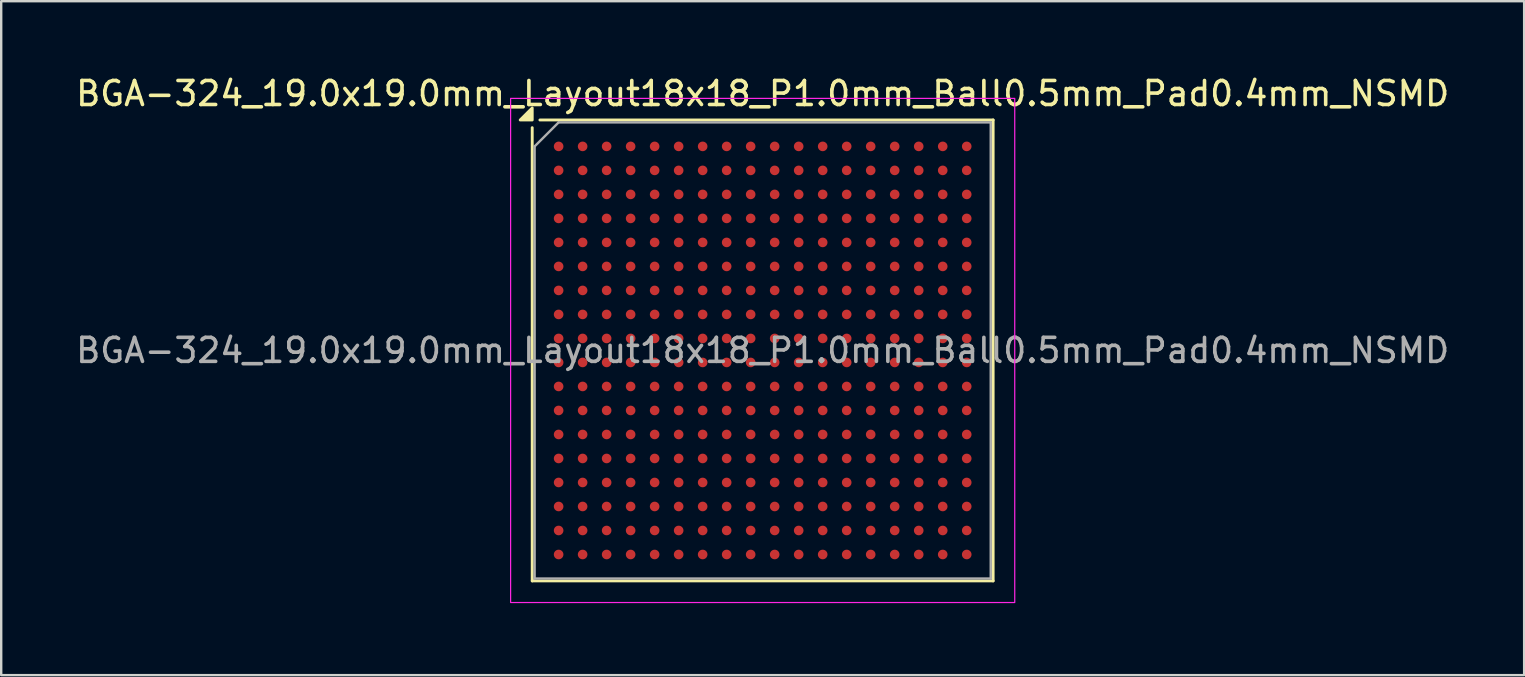
<source format=kicad_pcb>
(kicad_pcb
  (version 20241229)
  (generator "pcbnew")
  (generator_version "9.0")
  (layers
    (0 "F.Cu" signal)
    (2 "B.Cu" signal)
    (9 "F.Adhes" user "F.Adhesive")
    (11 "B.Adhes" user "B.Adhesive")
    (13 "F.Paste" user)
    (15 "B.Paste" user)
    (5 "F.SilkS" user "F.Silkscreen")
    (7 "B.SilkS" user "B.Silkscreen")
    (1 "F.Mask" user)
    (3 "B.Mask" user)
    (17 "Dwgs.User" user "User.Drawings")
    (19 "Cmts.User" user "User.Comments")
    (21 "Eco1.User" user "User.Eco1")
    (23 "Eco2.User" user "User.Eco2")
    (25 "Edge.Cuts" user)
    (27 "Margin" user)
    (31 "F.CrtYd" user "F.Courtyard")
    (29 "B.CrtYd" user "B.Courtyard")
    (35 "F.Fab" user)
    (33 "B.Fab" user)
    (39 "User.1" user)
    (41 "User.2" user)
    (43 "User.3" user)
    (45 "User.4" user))
  (footprint "BGA-324_19.0x19.0mm_Layout18x18_P1.0mm_Ball0.5mm_Pad0.4mm_NSMD"
    (layer "F.Cu")
    (at 28.72 11.548)
    (property "Reference" "BGA-324_19.0x19.0mm_Layout18x18_P1.0mm_Ball0.5mm_Pad0.4mm_NSMD" (at 0 -10.7 0) (layer "F.SilkS") (effects (font (size 1 1) (thickness 0.15))))
    (attr smd)
    (fp_line (start -9.6 -9.28) (end -9.6 9.6) (stroke (width 0.12) (type solid)) (layer "F.SilkS"))
    (fp_line (start -9.6 9.6) (end 9.6 9.6) (stroke (width 0.12) (type solid)) (layer "F.SilkS"))
    (fp_line (start -9.28 -9.6) (end 9.6 -9.6) (stroke (width 0.12) (type solid)) (layer "F.SilkS"))
    (fp_line (start 9.6 9.6) (end 9.6 -9.6) (stroke (width 0.12) (type solid)) (layer "F.SilkS"))
    (fp_poly (pts (xy -9.6 -9.6) (xy -10.1 -9.6) (xy -9.6 -10.1) (xy -9.6 -9.6)) (stroke (width 0.12) (type solid)) (fill yes) (layer "F.SilkS"))
    (fp_rect (start 10.5 10.5) (end -10.5 -10.5) (stroke (width 0.05) (type solid)) (fill no) (layer "F.CrtYd"))
    (fp_line (start -9.5 -8.5) (end -9.5 9.5) (stroke (width 0.1) (type solid)) (layer "F.Fab"))
    (fp_line (start -9.5 9.5) (end 9.5 9.5) (stroke (width 0.1) (type solid)) (layer "F.Fab"))
    (fp_line (start -8.5 -9.5) (end -9.5 -8.5) (stroke (width 0.1) (type solid)) (layer "F.Fab"))
    (fp_line (start 9.5 -9.5) (end -8.5 -9.5) (stroke (width 0.1) (type solid)) (layer "F.Fab"))
    (fp_line (start 9.5 9.5) (end 9.5 -9.5) (stroke (width 0.1) (type solid)) (layer "F.Fab"))
    (fp_text user "${REFERENCE}" (at 0 0 0) (layer "F.Fab") (effects (font (size 1 1) (thickness 0.15))))
    (pad "A1" smd circle (at -8.5 -8.5) (size 0.4 0.4) (property pad_prop_bga) (layers "F.Cu" "F.Mask" "F.Paste"))
    (pad "A2" smd circle (at -7.5 -8.5) (size 0.4 0.4) (property pad_prop_bga) (layers "F.Cu" "F.Mask" "F.Paste"))
    (pad "A3" smd circle (at -6.5 -8.5) (size 0.4 0.4) (property pad_prop_bga) (layers "F.Cu" "F.Mask" "F.Paste"))
    (pad "A4" smd circle (at -5.5 -8.5) (size 0.4 0.4) (property pad_prop_bga) (layers "F.Cu" "F.Mask" "F.Paste"))
    (pad "A5" smd circle (at -4.5 -8.5) (size 0.4 0.4) (property pad_prop_bga) (layers "F.Cu" "F.Mask" "F.Paste"))
    (pad "A6" smd circle (at -3.5 -8.5) (size 0.4 0.4) (property pad_prop_bga) (layers "F.Cu" "F.Mask" "F.Paste"))
    (pad "A7" smd circle (at -2.5 -8.5) (size 0.4 0.4) (property pad_prop_bga) (layers "F.Cu" "F.Mask" "F.Paste"))
    (pad "A8" smd circle (at -1.5 -8.5) (size 0.4 0.4) (property pad_prop_bga) (layers "F.Cu" "F.Mask" "F.Paste"))
    (pad "A9" smd circle (at -0.5 -8.5) (size 0.4 0.4) (property pad_prop_bga) (layers "F.Cu" "F.Mask" "F.Paste"))
    (pad "A10" smd circle (at 0.5 -8.5) (size 0.4 0.4) (property pad_prop_bga) (layers "F.Cu" "F.Mask" "F.Paste"))
    (pad "A11" smd circle (at 1.5 -8.5) (size 0.4 0.4) (property pad_prop_bga) (layers "F.Cu" "F.Mask" "F.Paste"))
    (pad "A12" smd circle (at 2.5 -8.5) (size 0.4 0.4) (property pad_prop_bga) (layers "F.Cu" "F.Mask" "F.Paste"))
    (pad "A13" smd circle (at 3.5 -8.5) (size 0.4 0.4) (property pad_prop_bga) (layers "F.Cu" "F.Mask" "F.Paste"))
    (pad "A14" smd circle (at 4.5 -8.5) (size 0.4 0.4) (property pad_prop_bga) (layers "F.Cu" "F.Mask" "F.Paste"))
    (pad "A15" smd circle (at 5.5 -8.5) (size 0.4 0.4) (property pad_prop_bga) (layers "F.Cu" "F.Mask" "F.Paste"))
    (pad "A16" smd circle (at 6.5 -8.5) (size 0.4 0.4) (property pad_prop_bga) (layers "F.Cu" "F.Mask" "F.Paste"))
    (pad "A17" smd circle (at 7.5 -8.5) (size 0.4 0.4) (property pad_prop_bga) (layers "F.Cu" "F.Mask" "F.Paste"))
    (pad "A18" smd circle (at 8.5 -8.5) (size 0.4 0.4) (property pad_prop_bga) (layers "F.Cu" "F.Mask" "F.Paste"))
    (pad "B1" smd circle (at -8.5 -7.5) (size 0.4 0.4) (property pad_prop_bga) (layers "F.Cu" "F.Mask" "F.Paste"))
    (pad "B2" smd circle (at -7.5 -7.5) (size 0.4 0.4) (property pad_prop_bga) (layers "F.Cu" "F.Mask" "F.Paste"))
    (pad "B3" smd circle (at -6.5 -7.5) (size 0.4 0.4) (property pad_prop_bga) (layers "F.Cu" "F.Mask" "F.Paste"))
    (pad "B4" smd circle (at -5.5 -7.5) (size 0.4 0.4) (property pad_prop_bga) (layers "F.Cu" "F.Mask" "F.Paste"))
    (pad "B5" smd circle (at -4.5 -7.5) (size 0.4 0.4) (property pad_prop_bga) (layers "F.Cu" "F.Mask" "F.Paste"))
    (pad "B6" smd circle (at -3.5 -7.5) (size 0.4 0.4) (property pad_prop_bga) (layers "F.Cu" "F.Mask" "F.Paste"))
    (pad "B7" smd circle (at -2.5 -7.5) (size 0.4 0.4) (property pad_prop_bga) (layers "F.Cu" "F.Mask" "F.Paste"))
    (pad "B8" smd circle (at -1.5 -7.5) (size 0.4 0.4) (property pad_prop_bga) (layers "F.Cu" "F.Mask" "F.Paste"))
    (pad "B9" smd circle (at -0.5 -7.5) (size 0.4 0.4) (property pad_prop_bga) (layers "F.Cu" "F.Mask" "F.Paste"))
    (pad "B10" smd circle (at 0.5 -7.5) (size 0.4 0.4) (property pad_prop_bga) (layers "F.Cu" "F.Mask" "F.Paste"))
    (pad "B11" smd circle (at 1.5 -7.5) (size 0.4 0.4) (property pad_prop_bga) (layers "F.Cu" "F.Mask" "F.Paste"))
    (pad "B12" smd circle (at 2.5 -7.5) (size 0.4 0.4) (property pad_prop_bga) (layers "F.Cu" "F.Mask" "F.Paste"))
    (pad "B13" smd circle (at 3.5 -7.5) (size 0.4 0.4) (property pad_prop_bga) (layers "F.Cu" "F.Mask" "F.Paste"))
    (pad "B14" smd circle (at 4.5 -7.5) (size 0.4 0.4) (property pad_prop_bga) (layers "F.Cu" "F.Mask" "F.Paste"))
    (pad "B15" smd circle (at 5.5 -7.5) (size 0.4 0.4) (property pad_prop_bga) (layers "F.Cu" "F.Mask" "F.Paste"))
    (pad "B16" smd circle (at 6.5 -7.5) (size 0.4 0.4) (property pad_prop_bga) (layers "F.Cu" "F.Mask" "F.Paste"))
    (pad "B17" smd circle (at 7.5 -7.5) (size 0.4 0.4) (property pad_prop_bga) (layers "F.Cu" "F.Mask" "F.Paste"))
    (pad "B18" smd circle (at 8.5 -7.5) (size 0.4 0.4) (property pad_prop_bga) (layers "F.Cu" "F.Mask" "F.Paste"))
    (pad "C1" smd circle (at -8.5 -6.5) (size 0.4 0.4) (property pad_prop_bga) (layers "F.Cu" "F.Mask" "F.Paste"))
    (pad "C2" smd circle (at -7.5 -6.5) (size 0.4 0.4) (property pad_prop_bga) (layers "F.Cu" "F.Mask" "F.Paste"))
    (pad "C3" smd circle (at -6.5 -6.5) (size 0.4 0.4) (property pad_prop_bga) (layers "F.Cu" "F.Mask" "F.Paste"))
    (pad "C4" smd circle (at -5.5 -6.5) (size 0.4 0.4) (property pad_prop_bga) (layers "F.Cu" "F.Mask" "F.Paste"))
    (pad "C5" smd circle (at -4.5 -6.5) (size 0.4 0.4) (property pad_prop_bga) (layers "F.Cu" "F.Mask" "F.Paste"))
    (pad "C6" smd circle (at -3.5 -6.5) (size 0.4 0.4) (property pad_prop_bga) (layers "F.Cu" "F.Mask" "F.Paste"))
    (pad "C7" smd circle (at -2.5 -6.5) (size 0.4 0.4) (property pad_prop_bga) (layers "F.Cu" "F.Mask" "F.Paste"))
    (pad "C8" smd circle (at -1.5 -6.5) (size 0.4 0.4) (property pad_prop_bga) (layers "F.Cu" "F.Mask" "F.Paste"))
    (pad "C9" smd circle (at -0.5 -6.5) (size 0.4 0.4) (property pad_prop_bga) (layers "F.Cu" "F.Mask" "F.Paste"))
    (pad "C10" smd circle (at 0.5 -6.5) (size 0.4 0.4) (property pad_prop_bga) (layers "F.Cu" "F.Mask" "F.Paste"))
    (pad "C11" smd circle (at 1.5 -6.5) (size 0.4 0.4) (property pad_prop_bga) (layers "F.Cu" "F.Mask" "F.Paste"))
    (pad "C12" smd circle (at 2.5 -6.5) (size 0.4 0.4) (property pad_prop_bga) (layers "F.Cu" "F.Mask" "F.Paste"))
    (pad "C13" smd circle (at 3.5 -6.5) (size 0.4 0.4) (property pad_prop_bga) (layers "F.Cu" "F.Mask" "F.Paste"))
    (pad "C14" smd circle (at 4.5 -6.5) (size 0.4 0.4) (property pad_prop_bga) (layers "F.Cu" "F.Mask" "F.Paste"))
    (pad "C15" smd circle (at 5.5 -6.5) (size 0.4 0.4) (property pad_prop_bga) (layers "F.Cu" "F.Mask" "F.Paste"))
    (pad "C16" smd circle (at 6.5 -6.5) (size 0.4 0.4) (property pad_prop_bga) (layers "F.Cu" "F.Mask" "F.Paste"))
    (pad "C17" smd circle (at 7.5 -6.5) (size 0.4 0.4) (property pad_prop_bga) (layers "F.Cu" "F.Mask" "F.Paste"))
    (pad "C18" smd circle (at 8.5 -6.5) (size 0.4 0.4) (property pad_prop_bga) (layers "F.Cu" "F.Mask" "F.Paste"))
    (pad "D1" smd circle (at -8.5 -5.5) (size 0.4 0.4) (property pad_prop_bga) (layers "F.Cu" "F.Mask" "F.Paste"))
    (pad "D2" smd circle (at -7.5 -5.5) (size 0.4 0.4) (property pad_prop_bga) (layers "F.Cu" "F.Mask" "F.Paste"))
    (pad "D3" smd circle (at -6.5 -5.5) (size 0.4 0.4) (property pad_prop_bga) (layers "F.Cu" "F.Mask" "F.Paste"))
    (pad "D4" smd circle (at -5.5 -5.5) (size 0.4 0.4) (property pad_prop_bga) (layers "F.Cu" "F.Mask" "F.Paste"))
    (pad "D5" smd circle (at -4.5 -5.5) (size 0.4 0.4) (property pad_prop_bga) (layers "F.Cu" "F.Mask" "F.Paste"))
    (pad "D6" smd circle (at -3.5 -5.5) (size 0.4 0.4) (property pad_prop_bga) (layers "F.Cu" "F.Mask" "F.Paste"))
    (pad "D7" smd circle (at -2.5 -5.5) (size 0.4 0.4) (property pad_prop_bga) (layers "F.Cu" "F.Mask" "F.Paste"))
    (pad "D8" smd circle (at -1.5 -5.5) (size 0.4 0.4) (property pad_prop_bga) (layers "F.Cu" "F.Mask" "F.Paste"))
    (pad "D9" smd circle (at -0.5 -5.5) (size 0.4 0.4) (property pad_prop_bga) (layers "F.Cu" "F.Mask" "F.Paste"))
    (pad "D10" smd circle (at 0.5 -5.5) (size 0.4 0.4) (property pad_prop_bga) (layers "F.Cu" "F.Mask" "F.Paste"))
    (pad "D11" smd circle (at 1.5 -5.5) (size 0.4 0.4) (property pad_prop_bga) (layers "F.Cu" "F.Mask" "F.Paste"))
    (pad "D12" smd circle (at 2.5 -5.5) (size 0.4 0.4) (property pad_prop_bga) (layers "F.Cu" "F.Mask" "F.Paste"))
    (pad "D13" smd circle (at 3.5 -5.5) (size 0.4 0.4) (property pad_prop_bga) (layers "F.Cu" "F.Mask" "F.Paste"))
    (pad "D14" smd circle (at 4.5 -5.5) (size 0.4 0.4) (property pad_prop_bga) (layers "F.Cu" "F.Mask" "F.Paste"))
    (pad "D15" smd circle (at 5.5 -5.5) (size 0.4 0.4) (property pad_prop_bga) (layers "F.Cu" "F.Mask" "F.Paste"))
    (pad "D16" smd circle (at 6.5 -5.5) (size 0.4 0.4) (property pad_prop_bga) (layers "F.Cu" "F.Mask" "F.Paste"))
    (pad "D17" smd circle (at 7.5 -5.5) (size 0.4 0.4) (property pad_prop_bga) (layers "F.Cu" "F.Mask" "F.Paste"))
    (pad "D18" smd circle (at 8.5 -5.5) (size 0.4 0.4) (property pad_prop_bga) (layers "F.Cu" "F.Mask" "F.Paste"))
    (pad "E1" smd circle (at -8.5 -4.5) (size 0.4 0.4) (property pad_prop_bga) (layers "F.Cu" "F.Mask" "F.Paste"))
    (pad "E2" smd circle (at -7.5 -4.5) (size 0.4 0.4) (property pad_prop_bga) (layers "F.Cu" "F.Mask" "F.Paste"))
    (pad "E3" smd circle (at -6.5 -4.5) (size 0.4 0.4) (property pad_prop_bga) (layers "F.Cu" "F.Mask" "F.Paste"))
    (pad "E4" smd circle (at -5.5 -4.5) (size 0.4 0.4) (property pad_prop_bga) (layers "F.Cu" "F.Mask" "F.Paste"))
    (pad "E5" smd circle (at -4.5 -4.5) (size 0.4 0.4) (property pad_prop_bga) (layers "F.Cu" "F.Mask" "F.Paste"))
    (pad "E6" smd circle (at -3.5 -4.5) (size 0.4 0.4) (property pad_prop_bga) (layers "F.Cu" "F.Mask" "F.Paste"))
    (pad "E7" smd circle (at -2.5 -4.5) (size 0.4 0.4) (property pad_prop_bga) (layers "F.Cu" "F.Mask" "F.Paste"))
    (pad "E8" smd circle (at -1.5 -4.5) (size 0.4 0.4) (property pad_prop_bga) (layers "F.Cu" "F.Mask" "F.Paste"))
    (pad "E9" smd circle (at -0.5 -4.5) (size 0.4 0.4) (property pad_prop_bga) (layers "F.Cu" "F.Mask" "F.Paste"))
    (pad "E10" smd circle (at 0.5 -4.5) (size 0.4 0.4) (property pad_prop_bga) (layers "F.Cu" "F.Mask" "F.Paste"))
    (pad "E11" smd circle (at 1.5 -4.5) (size 0.4 0.4) (property pad_prop_bga) (layers "F.Cu" "F.Mask" "F.Paste"))
    (pad "E12" smd circle (at 2.5 -4.5) (size 0.4 0.4) (property pad_prop_bga) (layers "F.Cu" "F.Mask" "F.Paste"))
    (pad "E13" smd circle (at 3.5 -4.5) (size 0.4 0.4) (property pad_prop_bga) (layers "F.Cu" "F.Mask" "F.Paste"))
    (pad "E14" smd circle (at 4.5 -4.5) (size 0.4 0.4) (property pad_prop_bga) (layers "F.Cu" "F.Mask" "F.Paste"))
    (pad "E15" smd circle (at 5.5 -4.5) (size 0.4 0.4) (property pad_prop_bga) (layers "F.Cu" "F.Mask" "F.Paste"))
    (pad "E16" smd circle (at 6.5 -4.5) (size 0.4 0.4) (property pad_prop_bga) (layers "F.Cu" "F.Mask" "F.Paste"))
    (pad "E17" smd circle (at 7.5 -4.5) (size 0.4 0.4) (property pad_prop_bga) (layers "F.Cu" "F.Mask" "F.Paste"))
    (pad "E18" smd circle (at 8.5 -4.5) (size 0.4 0.4) (property pad_prop_bga) (layers "F.Cu" "F.Mask" "F.Paste"))
    (pad "F1" smd circle (at -8.5 -3.5) (size 0.4 0.4) (property pad_prop_bga) (layers "F.Cu" "F.Mask" "F.Paste"))
    (pad "F2" smd circle (at -7.5 -3.5) (size 0.4 0.4) (property pad_prop_bga) (layers "F.Cu" "F.Mask" "F.Paste"))
    (pad "F3" smd circle (at -6.5 -3.5) (size 0.4 0.4) (property pad_prop_bga) (layers "F.Cu" "F.Mask" "F.Paste"))
    (pad "F4" smd circle (at -5.5 -3.5) (size 0.4 0.4) (property pad_prop_bga) (layers "F.Cu" "F.Mask" "F.Paste"))
    (pad "F5" smd circle (at -4.5 -3.5) (size 0.4 0.4) (property pad_prop_bga) (layers "F.Cu" "F.Mask" "F.Paste"))
    (pad "F6" smd circle (at -3.5 -3.5) (size 0.4 0.4) (property pad_prop_bga) (layers "F.Cu" "F.Mask" "F.Paste"))
    (pad "F7" smd circle (at -2.5 -3.5) (size 0.4 0.4) (property pad_prop_bga) (layers "F.Cu" "F.Mask" "F.Paste"))
    (pad "F8" smd circle (at -1.5 -3.5) (size 0.4 0.4) (property pad_prop_bga) (layers "F.Cu" "F.Mask" "F.Paste"))
    (pad "F9" smd circle (at -0.5 -3.5) (size 0.4 0.4) (property pad_prop_bga) (layers "F.Cu" "F.Mask" "F.Paste"))
    (pad "F10" smd circle (at 0.5 -3.5) (size 0.4 0.4) (property pad_prop_bga) (layers "F.Cu" "F.Mask" "F.Paste"))
    (pad "F11" smd circle (at 1.5 -3.5) (size 0.4 0.4) (property pad_prop_bga) (layers "F.Cu" "F.Mask" "F.Paste"))
    (pad "F12" smd circle (at 2.5 -3.5) (size 0.4 0.4) (property pad_prop_bga) (layers "F.Cu" "F.Mask" "F.Paste"))
    (pad "F13" smd circle (at 3.5 -3.5) (size 0.4 0.4) (property pad_prop_bga) (layers "F.Cu" "F.Mask" "F.Paste"))
    (pad "F14" smd circle (at 4.5 -3.5) (size 0.4 0.4) (property pad_prop_bga) (layers "F.Cu" "F.Mask" "F.Paste"))
    (pad "F15" smd circle (at 5.5 -3.5) (size 0.4 0.4) (property pad_prop_bga) (layers "F.Cu" "F.Mask" "F.Paste"))
    (pad "F16" smd circle (at 6.5 -3.5) (size 0.4 0.4) (property pad_prop_bga) (layers "F.Cu" "F.Mask" "F.Paste"))
    (pad "F17" smd circle (at 7.5 -3.5) (size 0.4 0.4) (property pad_prop_bga) (layers "F.Cu" "F.Mask" "F.Paste"))
    (pad "F18" smd circle (at 8.5 -3.5) (size 0.4 0.4) (property pad_prop_bga) (layers "F.Cu" "F.Mask" "F.Paste"))
    (pad "G1" smd circle (at -8.5 -2.5) (size 0.4 0.4) (property pad_prop_bga) (layers "F.Cu" "F.Mask" "F.Paste"))
    (pad "G2" smd circle (at -7.5 -2.5) (size 0.4 0.4) (property pad_prop_bga) (layers "F.Cu" "F.Mask" "F.Paste"))
    (pad "G3" smd circle (at -6.5 -2.5) (size 0.4 0.4) (property pad_prop_bga) (layers "F.Cu" "F.Mask" "F.Paste"))
    (pad "G4" smd circle (at -5.5 -2.5) (size 0.4 0.4) (property pad_prop_bga) (layers "F.Cu" "F.Mask" "F.Paste"))
    (pad "G5" smd circle (at -4.5 -2.5) (size 0.4 0.4) (property pad_prop_bga) (layers "F.Cu" "F.Mask" "F.Paste"))
    (pad "G6" smd circle (at -3.5 -2.5) (size 0.4 0.4) (property pad_prop_bga) (layers "F.Cu" "F.Mask" "F.Paste"))
    (pad "G7" smd circle (at -2.5 -2.5) (size 0.4 0.4) (property pad_prop_bga) (layers "F.Cu" "F.Mask" "F.Paste"))
    (pad "G8" smd circle (at -1.5 -2.5) (size 0.4 0.4) (property pad_prop_bga) (layers "F.Cu" "F.Mask" "F.Paste"))
    (pad "G9" smd circle (at -0.5 -2.5) (size 0.4 0.4) (property pad_prop_bga) (layers "F.Cu" "F.Mask" "F.Paste"))
    (pad "G10" smd circle (at 0.5 -2.5) (size 0.4 0.4) (property pad_prop_bga) (layers "F.Cu" "F.Mask" "F.Paste"))
    (pad "G11" smd circle (at 1.5 -2.5) (size 0.4 0.4) (property pad_prop_bga) (layers "F.Cu" "F.Mask" "F.Paste"))
    (pad "G12" smd circle (at 2.5 -2.5) (size 0.4 0.4) (property pad_prop_bga) (layers "F.Cu" "F.Mask" "F.Paste"))
    (pad "G13" smd circle (at 3.5 -2.5) (size 0.4 0.4) (property pad_prop_bga) (layers "F.Cu" "F.Mask" "F.Paste"))
    (pad "G14" smd circle (at 4.5 -2.5) (size 0.4 0.4) (property pad_prop_bga) (layers "F.Cu" "F.Mask" "F.Paste"))
    (pad "G15" smd circle (at 5.5 -2.5) (size 0.4 0.4) (property pad_prop_bga) (layers "F.Cu" "F.Mask" "F.Paste"))
    (pad "G16" smd circle (at 6.5 -2.5) (size 0.4 0.4) (property pad_prop_bga) (layers "F.Cu" "F.Mask" "F.Paste"))
    (pad "G17" smd circle (at 7.5 -2.5) (size 0.4 0.4) (property pad_prop_bga) (layers "F.Cu" "F.Mask" "F.Paste"))
    (pad "G18" smd circle (at 8.5 -2.5) (size 0.4 0.4) (property pad_prop_bga) (layers "F.Cu" "F.Mask" "F.Paste"))
    (pad "H1" smd circle (at -8.5 -1.5) (size 0.4 0.4) (property pad_prop_bga) (layers "F.Cu" "F.Mask" "F.Paste"))
    (pad "H2" smd circle (at -7.5 -1.5) (size 0.4 0.4) (property pad_prop_bga) (layers "F.Cu" "F.Mask" "F.Paste"))
    (pad "H3" smd circle (at -6.5 -1.5) (size 0.4 0.4) (property pad_prop_bga) (layers "F.Cu" "F.Mask" "F.Paste"))
    (pad "H4" smd circle (at -5.5 -1.5) (size 0.4 0.4) (property pad_prop_bga) (layers "F.Cu" "F.Mask" "F.Paste"))
    (pad "H5" smd circle (at -4.5 -1.5) (size 0.4 0.4) (property pad_prop_bga) (layers "F.Cu" "F.Mask" "F.Paste"))
    (pad "H6" smd circle (at -3.5 -1.5) (size 0.4 0.4) (property pad_prop_bga) (layers "F.Cu" "F.Mask" "F.Paste"))
    (pad "H7" smd circle (at -2.5 -1.5) (size 0.4 0.4) (property pad_prop_bga) (layers "F.Cu" "F.Mask" "F.Paste"))
    (pad "H8" smd circle (at -1.5 -1.5) (size 0.4 0.4) (property pad_prop_bga) (layers "F.Cu" "F.Mask" "F.Paste"))
    (pad "H9" smd circle (at -0.5 -1.5) (size 0.4 0.4) (property pad_prop_bga) (layers "F.Cu" "F.Mask" "F.Paste"))
    (pad "H10" smd circle (at 0.5 -1.5) (size 0.4 0.4) (property pad_prop_bga) (layers "F.Cu" "F.Mask" "F.Paste"))
    (pad "H11" smd circle (at 1.5 -1.5) (size 0.4 0.4) (property pad_prop_bga) (layers "F.Cu" "F.Mask" "F.Paste"))
    (pad "H12" smd circle (at 2.5 -1.5) (size 0.4 0.4) (property pad_prop_bga) (layers "F.Cu" "F.Mask" "F.Paste"))
    (pad "H13" smd circle (at 3.5 -1.5) (size 0.4 0.4) (property pad_prop_bga) (layers "F.Cu" "F.Mask" "F.Paste"))
    (pad "H14" smd circle (at 4.5 -1.5) (size 0.4 0.4) (property pad_prop_bga) (layers "F.Cu" "F.Mask" "F.Paste"))
    (pad "H15" smd circle (at 5.5 -1.5) (size 0.4 0.4) (property pad_prop_bga) (layers "F.Cu" "F.Mask" "F.Paste"))
    (pad "H16" smd circle (at 6.5 -1.5) (size 0.4 0.4) (property pad_prop_bga) (layers "F.Cu" "F.Mask" "F.Paste"))
    (pad "H17" smd circle (at 7.5 -1.5) (size 0.4 0.4) (property pad_prop_bga) (layers "F.Cu" "F.Mask" "F.Paste"))
    (pad "H18" smd circle (at 8.5 -1.5) (size 0.4 0.4) (property pad_prop_bga) (layers "F.Cu" "F.Mask" "F.Paste"))
    (pad "J1" smd circle (at -8.5 -0.5) (size 0.4 0.4) (property pad_prop_bga) (layers "F.Cu" "F.Mask" "F.Paste"))
    (pad "J2" smd circle (at -7.5 -0.5) (size 0.4 0.4) (property pad_prop_bga) (layers "F.Cu" "F.Mask" "F.Paste"))
    (pad "J3" smd circle (at -6.5 -0.5) (size 0.4 0.4) (property pad_prop_bga) (layers "F.Cu" "F.Mask" "F.Paste"))
    (pad "J4" smd circle (at -5.5 -0.5) (size 0.4 0.4) (property pad_prop_bga) (layers "F.Cu" "F.Mask" "F.Paste"))
    (pad "J5" smd circle (at -4.5 -0.5) (size 0.4 0.4) (property pad_prop_bga) (layers "F.Cu" "F.Mask" "F.Paste"))
    (pad "J6" smd circle (at -3.5 -0.5) (size 0.4 0.4) (property pad_prop_bga) (layers "F.Cu" "F.Mask" "F.Paste"))
    (pad "J7" smd circle (at -2.5 -0.5) (size 0.4 0.4) (property pad_prop_bga) (layers "F.Cu" "F.Mask" "F.Paste"))
    (pad "J8" smd circle (at -1.5 -0.5) (size 0.4 0.4) (property pad_prop_bga) (layers "F.Cu" "F.Mask" "F.Paste"))
    (pad "J9" smd circle (at -0.5 -0.5) (size 0.4 0.4) (property pad_prop_bga) (layers "F.Cu" "F.Mask" "F.Paste"))
    (pad "J10" smd circle (at 0.5 -0.5) (size 0.4 0.4) (property pad_prop_bga) (layers "F.Cu" "F.Mask" "F.Paste"))
    (pad "J11" smd circle (at 1.5 -0.5) (size 0.4 0.4) (property pad_prop_bga) (layers "F.Cu" "F.Mask" "F.Paste"))
    (pad "J12" smd circle (at 2.5 -0.5) (size 0.4 0.4) (property pad_prop_bga) (layers "F.Cu" "F.Mask" "F.Paste"))
    (pad "J13" smd circle (at 3.5 -0.5) (size 0.4 0.4) (property pad_prop_bga) (layers "F.Cu" "F.Mask" "F.Paste"))
    (pad "J14" smd circle (at 4.5 -0.5) (size 0.4 0.4) (property pad_prop_bga) (layers "F.Cu" "F.Mask" "F.Paste"))
    (pad "J15" smd circle (at 5.5 -0.5) (size 0.4 0.4) (property pad_prop_bga) (layers "F.Cu" "F.Mask" "F.Paste"))
    (pad "J16" smd circle (at 6.5 -0.5) (size 0.4 0.4) (property pad_prop_bga) (layers "F.Cu" "F.Mask" "F.Paste"))
    (pad "J17" smd circle (at 7.5 -0.5) (size 0.4 0.4) (property pad_prop_bga) (layers "F.Cu" "F.Mask" "F.Paste"))
    (pad "J18" smd circle (at 8.5 -0.5) (size 0.4 0.4) (property pad_prop_bga) (layers "F.Cu" "F.Mask" "F.Paste"))
    (pad "K1" smd circle (at -8.5 0.5) (size 0.4 0.4) (property pad_prop_bga) (layers "F.Cu" "F.Mask" "F.Paste"))
    (pad "K2" smd circle (at -7.5 0.5) (size 0.4 0.4) (property pad_prop_bga) (layers "F.Cu" "F.Mask" "F.Paste"))
    (pad "K3" smd circle (at -6.5 0.5) (size 0.4 0.4) (property pad_prop_bga) (layers "F.Cu" "F.Mask" "F.Paste"))
    (pad "K4" smd circle (at -5.5 0.5) (size 0.4 0.4) (property pad_prop_bga) (layers "F.Cu" "F.Mask" "F.Paste"))
    (pad "K5" smd circle (at -4.5 0.5) (size 0.4 0.4) (property pad_prop_bga) (layers "F.Cu" "F.Mask" "F.Paste"))
    (pad "K6" smd circle (at -3.5 0.5) (size 0.4 0.4) (property pad_prop_bga) (layers "F.Cu" "F.Mask" "F.Paste"))
    (pad "K7" smd circle (at -2.5 0.5) (size 0.4 0.4) (property pad_prop_bga) (layers "F.Cu" "F.Mask" "F.Paste"))
    (pad "K8" smd circle (at -1.5 0.5) (size 0.4 0.4) (property pad_prop_bga) (layers "F.Cu" "F.Mask" "F.Paste"))
    (pad "K9" smd circle (at -0.5 0.5) (size 0.4 0.4) (property pad_prop_bga) (layers "F.Cu" "F.Mask" "F.Paste"))
    (pad "K10" smd circle (at 0.5 0.5) (size 0.4 0.4) (property pad_prop_bga) (layers "F.Cu" "F.Mask" "F.Paste"))
    (pad "K11" smd circle (at 1.5 0.5) (size 0.4 0.4) (property pad_prop_bga) (layers "F.Cu" "F.Mask" "F.Paste"))
    (pad "K12" smd circle (at 2.5 0.5) (size 0.4 0.4) (property pad_prop_bga) (layers "F.Cu" "F.Mask" "F.Paste"))
    (pad "K13" smd circle (at 3.5 0.5) (size 0.4 0.4) (property pad_prop_bga) (layers "F.Cu" "F.Mask" "F.Paste"))
    (pad "K14" smd circle (at 4.5 0.5) (size 0.4 0.4) (property pad_prop_bga) (layers "F.Cu" "F.Mask" "F.Paste"))
    (pad "K15" smd circle (at 5.5 0.5) (size 0.4 0.4) (property pad_prop_bga) (layers "F.Cu" "F.Mask" "F.Paste"))
    (pad "K16" smd circle (at 6.5 0.5) (size 0.4 0.4) (property pad_prop_bga) (layers "F.Cu" "F.Mask" "F.Paste"))
    (pad "K17" smd circle (at 7.5 0.5) (size 0.4 0.4) (property pad_prop_bga) (layers "F.Cu" "F.Mask" "F.Paste"))
    (pad "K18" smd circle (at 8.5 0.5) (size 0.4 0.4) (property pad_prop_bga) (layers "F.Cu" "F.Mask" "F.Paste"))
    (pad "L1" smd circle (at -8.5 1.5) (size 0.4 0.4) (property pad_prop_bga) (layers "F.Cu" "F.Mask" "F.Paste"))
    (pad "L2" smd circle (at -7.5 1.5) (size 0.4 0.4) (property pad_prop_bga) (layers "F.Cu" "F.Mask" "F.Paste"))
    (pad "L3" smd circle (at -6.5 1.5) (size 0.4 0.4) (property pad_prop_bga) (layers "F.Cu" "F.Mask" "F.Paste"))
    (pad "L4" smd circle (at -5.5 1.5) (size 0.4 0.4) (property pad_prop_bga) (layers "F.Cu" "F.Mask" "F.Paste"))
    (pad "L5" smd circle (at -4.5 1.5) (size 0.4 0.4) (property pad_prop_bga) (layers "F.Cu" "F.Mask" "F.Paste"))
    (pad "L6" smd circle (at -3.5 1.5) (size 0.4 0.4) (property pad_prop_bga) (layers "F.Cu" "F.Mask" "F.Paste"))
    (pad "L7" smd circle (at -2.5 1.5) (size 0.4 0.4) (property pad_prop_bga) (layers "F.Cu" "F.Mask" "F.Paste"))
    (pad "L8" smd circle (at -1.5 1.5) (size 0.4 0.4) (property pad_prop_bga) (layers "F.Cu" "F.Mask" "F.Paste"))
    (pad "L9" smd circle (at -0.5 1.5) (size 0.4 0.4) (property pad_prop_bga) (layers "F.Cu" "F.Mask" "F.Paste"))
    (pad "L10" smd circle (at 0.5 1.5) (size 0.4 0.4) (property pad_prop_bga) (layers "F.Cu" "F.Mask" "F.Paste"))
    (pad "L11" smd circle (at 1.5 1.5) (size 0.4 0.4) (property pad_prop_bga) (layers "F.Cu" "F.Mask" "F.Paste"))
    (pad "L12" smd circle (at 2.5 1.5) (size 0.4 0.4) (property pad_prop_bga) (layers "F.Cu" "F.Mask" "F.Paste"))
    (pad "L13" smd circle (at 3.5 1.5) (size 0.4 0.4) (property pad_prop_bga) (layers "F.Cu" "F.Mask" "F.Paste"))
    (pad "L14" smd circle (at 4.5 1.5) (size 0.4 0.4) (property pad_prop_bga) (layers "F.Cu" "F.Mask" "F.Paste"))
    (pad "L15" smd circle (at 5.5 1.5) (size 0.4 0.4) (property pad_prop_bga) (layers "F.Cu" "F.Mask" "F.Paste"))
    (pad "L16" smd circle (at 6.5 1.5) (size 0.4 0.4) (property pad_prop_bga) (layers "F.Cu" "F.Mask" "F.Paste"))
    (pad "L17" smd circle (at 7.5 1.5) (size 0.4 0.4) (property pad_prop_bga) (layers "F.Cu" "F.Mask" "F.Paste"))
    (pad "L18" smd circle (at 8.5 1.5) (size 0.4 0.4) (property pad_prop_bga) (layers "F.Cu" "F.Mask" "F.Paste"))
    (pad "M1" smd circle (at -8.5 2.5) (size 0.4 0.4) (property pad_prop_bga) (layers "F.Cu" "F.Mask" "F.Paste"))
    (pad "M2" smd circle (at -7.5 2.5) (size 0.4 0.4) (property pad_prop_bga) (layers "F.Cu" "F.Mask" "F.Paste"))
    (pad "M3" smd circle (at -6.5 2.5) (size 0.4 0.4) (property pad_prop_bga) (layers "F.Cu" "F.Mask" "F.Paste"))
    (pad "M4" smd circle (at -5.5 2.5) (size 0.4 0.4) (property pad_prop_bga) (layers "F.Cu" "F.Mask" "F.Paste"))
    (pad "M5" smd circle (at -4.5 2.5) (size 0.4 0.4) (property pad_prop_bga) (layers "F.Cu" "F.Mask" "F.Paste"))
    (pad "M6" smd circle (at -3.5 2.5) (size 0.4 0.4) (property pad_prop_bga) (layers "F.Cu" "F.Mask" "F.Paste"))
    (pad "M7" smd circle (at -2.5 2.5) (size 0.4 0.4) (property pad_prop_bga) (layers "F.Cu" "F.Mask" "F.Paste"))
    (pad "M8" smd circle (at -1.5 2.5) (size 0.4 0.4) (property pad_prop_bga) (layers "F.Cu" "F.Mask" "F.Paste"))
    (pad "M9" smd circle (at -0.5 2.5) (size 0.4 0.4) (property pad_prop_bga) (layers "F.Cu" "F.Mask" "F.Paste"))
    (pad "M10" smd circle (at 0.5 2.5) (size 0.4 0.4) (property pad_prop_bga) (layers "F.Cu" "F.Mask" "F.Paste"))
    (pad "M11" smd circle (at 1.5 2.5) (size 0.4 0.4) (property pad_prop_bga) (layers "F.Cu" "F.Mask" "F.Paste"))
    (pad "M12" smd circle (at 2.5 2.5) (size 0.4 0.4) (property pad_prop_bga) (layers "F.Cu" "F.Mask" "F.Paste"))
    (pad "M13" smd circle (at 3.5 2.5) (size 0.4 0.4) (property pad_prop_bga) (layers "F.Cu" "F.Mask" "F.Paste"))
    (pad "M14" smd circle (at 4.5 2.5) (size 0.4 0.4) (property pad_prop_bga) (layers "F.Cu" "F.Mask" "F.Paste"))
    (pad "M15" smd circle (at 5.5 2.5) (size 0.4 0.4) (property pad_prop_bga) (layers "F.Cu" "F.Mask" "F.Paste"))
    (pad "M16" smd circle (at 6.5 2.5) (size 0.4 0.4) (property pad_prop_bga) (layers "F.Cu" "F.Mask" "F.Paste"))
    (pad "M17" smd circle (at 7.5 2.5) (size 0.4 0.4) (property pad_prop_bga) (layers "F.Cu" "F.Mask" "F.Paste"))
    (pad "M18" smd circle (at 8.5 2.5) (size 0.4 0.4) (property pad_prop_bga) (layers "F.Cu" "F.Mask" "F.Paste"))
    (pad "N1" smd circle (at -8.5 3.5) (size 0.4 0.4) (property pad_prop_bga) (layers "F.Cu" "F.Mask" "F.Paste"))
    (pad "N2" smd circle (at -7.5 3.5) (size 0.4 0.4) (property pad_prop_bga) (layers "F.Cu" "F.Mask" "F.Paste"))
    (pad "N3" smd circle (at -6.5 3.5) (size 0.4 0.4) (property pad_prop_bga) (layers "F.Cu" "F.Mask" "F.Paste"))
    (pad "N4" smd circle (at -5.5 3.5) (size 0.4 0.4) (property pad_prop_bga) (layers "F.Cu" "F.Mask" "F.Paste"))
    (pad "N5" smd circle (at -4.5 3.5) (size 0.4 0.4) (property pad_prop_bga) (layers "F.Cu" "F.Mask" "F.Paste"))
    (pad "N6" smd circle (at -3.5 3.5) (size 0.4 0.4) (property pad_prop_bga) (layers "F.Cu" "F.Mask" "F.Paste"))
    (pad "N7" smd circle (at -2.5 3.5) (size 0.4 0.4) (property pad_prop_bga) (layers "F.Cu" "F.Mask" "F.Paste"))
    (pad "N8" smd circle (at -1.5 3.5) (size 0.4 0.4) (property pad_prop_bga) (layers "F.Cu" "F.Mask" "F.Paste"))
    (pad "N9" smd circle (at -0.5 3.5) (size 0.4 0.4) (property pad_prop_bga) (layers "F.Cu" "F.Mask" "F.Paste"))
    (pad "N10" smd circle (at 0.5 3.5) (size 0.4 0.4) (property pad_prop_bga) (layers "F.Cu" "F.Mask" "F.Paste"))
    (pad "N11" smd circle (at 1.5 3.5) (size 0.4 0.4) (property pad_prop_bga) (layers "F.Cu" "F.Mask" "F.Paste"))
    (pad "N12" smd circle (at 2.5 3.5) (size 0.4 0.4) (property pad_prop_bga) (layers "F.Cu" "F.Mask" "F.Paste"))
    (pad "N13" smd circle (at 3.5 3.5) (size 0.4 0.4) (property pad_prop_bga) (layers "F.Cu" "F.Mask" "F.Paste"))
    (pad "N14" smd circle (at 4.5 3.5) (size 0.4 0.4) (property pad_prop_bga) (layers "F.Cu" "F.Mask" "F.Paste"))
    (pad "N15" smd circle (at 5.5 3.5) (size 0.4 0.4) (property pad_prop_bga) (layers "F.Cu" "F.Mask" "F.Paste"))
    (pad "N16" smd circle (at 6.5 3.5) (size 0.4 0.4) (property pad_prop_bga) (layers "F.Cu" "F.Mask" "F.Paste"))
    (pad "N17" smd circle (at 7.5 3.5) (size 0.4 0.4) (property pad_prop_bga) (layers "F.Cu" "F.Mask" "F.Paste"))
    (pad "N18" smd circle (at 8.5 3.5) (size 0.4 0.4) (property pad_prop_bga) (layers "F.Cu" "F.Mask" "F.Paste"))
    (pad "P1" smd circle (at -8.5 4.5) (size 0.4 0.4) (property pad_prop_bga) (layers "F.Cu" "F.Mask" "F.Paste"))
    (pad "P2" smd circle (at -7.5 4.5) (size 0.4 0.4) (property pad_prop_bga) (layers "F.Cu" "F.Mask" "F.Paste"))
    (pad "P3" smd circle (at -6.5 4.5) (size 0.4 0.4) (property pad_prop_bga) (layers "F.Cu" "F.Mask" "F.Paste"))
    (pad "P4" smd circle (at -5.5 4.5) (size 0.4 0.4) (property pad_prop_bga) (layers "F.Cu" "F.Mask" "F.Paste"))
    (pad "P5" smd circle (at -4.5 4.5) (size 0.4 0.4) (property pad_prop_bga) (layers "F.Cu" "F.Mask" "F.Paste"))
    (pad "P6" smd circle (at -3.5 4.5) (size 0.4 0.4) (property pad_prop_bga) (layers "F.Cu" "F.Mask" "F.Paste"))
    (pad "P7" smd circle (at -2.5 4.5) (size 0.4 0.4) (property pad_prop_bga) (layers "F.Cu" "F.Mask" "F.Paste"))
    (pad "P8" smd circle (at -1.5 4.5) (size 0.4 0.4) (property pad_prop_bga) (layers "F.Cu" "F.Mask" "F.Paste"))
    (pad "P9" smd circle (at -0.5 4.5) (size 0.4 0.4) (property pad_prop_bga) (layers "F.Cu" "F.Mask" "F.Paste"))
    (pad "P10" smd circle (at 0.5 4.5) (size 0.4 0.4) (property pad_prop_bga) (layers "F.Cu" "F.Mask" "F.Paste"))
    (pad "P11" smd circle (at 1.5 4.5) (size 0.4 0.4) (property pad_prop_bga) (layers "F.Cu" "F.Mask" "F.Paste"))
    (pad "P12" smd circle (at 2.5 4.5) (size 0.4 0.4) (property pad_prop_bga) (layers "F.Cu" "F.Mask" "F.Paste"))
    (pad "P13" smd circle (at 3.5 4.5) (size 0.4 0.4) (property pad_prop_bga) (layers "F.Cu" "F.Mask" "F.Paste"))
    (pad "P14" smd circle (at 4.5 4.5) (size 0.4 0.4) (property pad_prop_bga) (layers "F.Cu" "F.Mask" "F.Paste"))
    (pad "P15" smd circle (at 5.5 4.5) (size 0.4 0.4) (property pad_prop_bga) (layers "F.Cu" "F.Mask" "F.Paste"))
    (pad "P16" smd circle (at 6.5 4.5) (size 0.4 0.4) (property pad_prop_bga) (layers "F.Cu" "F.Mask" "F.Paste"))
    (pad "P17" smd circle (at 7.5 4.5) (size 0.4 0.4) (property pad_prop_bga) (layers "F.Cu" "F.Mask" "F.Paste"))
    (pad "P18" smd circle (at 8.5 4.5) (size 0.4 0.4) (property pad_prop_bga) (layers "F.Cu" "F.Mask" "F.Paste"))
    (pad "R1" smd circle (at -8.5 5.5) (size 0.4 0.4) (property pad_prop_bga) (layers "F.Cu" "F.Mask" "F.Paste"))
    (pad "R2" smd circle (at -7.5 5.5) (size 0.4 0.4) (property pad_prop_bga) (layers "F.Cu" "F.Mask" "F.Paste"))
    (pad "R3" smd circle (at -6.5 5.5) (size 0.4 0.4) (property pad_prop_bga) (layers "F.Cu" "F.Mask" "F.Paste"))
    (pad "R4" smd circle (at -5.5 5.5) (size 0.4 0.4) (property pad_prop_bga) (layers "F.Cu" "F.Mask" "F.Paste"))
    (pad "R5" smd circle (at -4.5 5.5) (size 0.4 0.4) (property pad_prop_bga) (layers "F.Cu" "F.Mask" "F.Paste"))
    (pad "R6" smd circle (at -3.5 5.5) (size 0.4 0.4) (property pad_prop_bga) (layers "F.Cu" "F.Mask" "F.Paste"))
    (pad "R7" smd circle (at -2.5 5.5) (size 0.4 0.4) (property pad_prop_bga) (layers "F.Cu" "F.Mask" "F.Paste"))
    (pad "R8" smd circle (at -1.5 5.5) (size 0.4 0.4) (property pad_prop_bga) (layers "F.Cu" "F.Mask" "F.Paste"))
    (pad "R9" smd circle (at -0.5 5.5) (size 0.4 0.4) (property pad_prop_bga) (layers "F.Cu" "F.Mask" "F.Paste"))
    (pad "R10" smd circle (at 0.5 5.5) (size 0.4 0.4) (property pad_prop_bga) (layers "F.Cu" "F.Mask" "F.Paste"))
    (pad "R11" smd circle (at 1.5 5.5) (size 0.4 0.4) (property pad_prop_bga) (layers "F.Cu" "F.Mask" "F.Paste"))
    (pad "R12" smd circle (at 2.5 5.5) (size 0.4 0.4) (property pad_prop_bga) (layers "F.Cu" "F.Mask" "F.Paste"))
    (pad "R13" smd circle (at 3.5 5.5) (size 0.4 0.4) (property pad_prop_bga) (layers "F.Cu" "F.Mask" "F.Paste"))
    (pad "R14" smd circle (at 4.5 5.5) (size 0.4 0.4) (property pad_prop_bga) (layers "F.Cu" "F.Mask" "F.Paste"))
    (pad "R15" smd circle (at 5.5 5.5) (size 0.4 0.4) (property pad_prop_bga) (layers "F.Cu" "F.Mask" "F.Paste"))
    (pad "R16" smd circle (at 6.5 5.5) (size 0.4 0.4) (property pad_prop_bga) (layers "F.Cu" "F.Mask" "F.Paste"))
    (pad "R17" smd circle (at 7.5 5.5) (size 0.4 0.4) (property pad_prop_bga) (layers "F.Cu" "F.Mask" "F.Paste"))
    (pad "R18" smd circle (at 8.5 5.5) (size 0.4 0.4) (property pad_prop_bga) (layers "F.Cu" "F.Mask" "F.Paste"))
    (pad "T1" smd circle (at -8.5 6.5) (size 0.4 0.4) (property pad_prop_bga) (layers "F.Cu" "F.Mask" "F.Paste"))
    (pad "T2" smd circle (at -7.5 6.5) (size 0.4 0.4) (property pad_prop_bga) (layers "F.Cu" "F.Mask" "F.Paste"))
    (pad "T3" smd circle (at -6.5 6.5) (size 0.4 0.4) (property pad_prop_bga) (layers "F.Cu" "F.Mask" "F.Paste"))
    (pad "T4" smd circle (at -5.5 6.5) (size 0.4 0.4) (property pad_prop_bga) (layers "F.Cu" "F.Mask" "F.Paste"))
    (pad "T5" smd circle (at -4.5 6.5) (size 0.4 0.4) (property pad_prop_bga) (layers "F.Cu" "F.Mask" "F.Paste"))
    (pad "T6" smd circle (at -3.5 6.5) (size 0.4 0.4) (property pad_prop_bga) (layers "F.Cu" "F.Mask" "F.Paste"))
    (pad "T7" smd circle (at -2.5 6.5) (size 0.4 0.4) (property pad_prop_bga) (layers "F.Cu" "F.Mask" "F.Paste"))
    (pad "T8" smd circle (at -1.5 6.5) (size 0.4 0.4) (property pad_prop_bga) (layers "F.Cu" "F.Mask" "F.Paste"))
    (pad "T9" smd circle (at -0.5 6.5) (size 0.4 0.4) (property pad_prop_bga) (layers "F.Cu" "F.Mask" "F.Paste"))
    (pad "T10" smd circle (at 0.5 6.5) (size 0.4 0.4) (property pad_prop_bga) (layers "F.Cu" "F.Mask" "F.Paste"))
    (pad "T11" smd circle (at 1.5 6.5) (size 0.4 0.4) (property pad_prop_bga) (layers "F.Cu" "F.Mask" "F.Paste"))
    (pad "T12" smd circle (at 2.5 6.5) (size 0.4 0.4) (property pad_prop_bga) (layers "F.Cu" "F.Mask" "F.Paste"))
    (pad "T13" smd circle (at 3.5 6.5) (size 0.4 0.4) (property pad_prop_bga) (layers "F.Cu" "F.Mask" "F.Paste"))
    (pad "T14" smd circle (at 4.5 6.5) (size 0.4 0.4) (property pad_prop_bga) (layers "F.Cu" "F.Mask" "F.Paste"))
    (pad "T15" smd circle (at 5.5 6.5) (size 0.4 0.4) (property pad_prop_bga) (layers "F.Cu" "F.Mask" "F.Paste"))
    (pad "T16" smd circle (at 6.5 6.5) (size 0.4 0.4) (property pad_prop_bga) (layers "F.Cu" "F.Mask" "F.Paste"))
    (pad "T17" smd circle (at 7.5 6.5) (size 0.4 0.4) (property pad_prop_bga) (layers "F.Cu" "F.Mask" "F.Paste"))
    (pad "T18" smd circle (at 8.5 6.5) (size 0.4 0.4) (property pad_prop_bga) (layers "F.Cu" "F.Mask" "F.Paste"))
    (pad "U1" smd circle (at -8.5 7.5) (size 0.4 0.4) (property pad_prop_bga) (layers "F.Cu" "F.Mask" "F.Paste"))
    (pad "U2" smd circle (at -7.5 7.5) (size 0.4 0.4) (property pad_prop_bga) (layers "F.Cu" "F.Mask" "F.Paste"))
    (pad "U3" smd circle (at -6.5 7.5) (size 0.4 0.4) (property pad_prop_bga) (layers "F.Cu" "F.Mask" "F.Paste"))
    (pad "U4" smd circle (at -5.5 7.5) (size 0.4 0.4) (property pad_prop_bga) (layers "F.Cu" "F.Mask" "F.Paste"))
    (pad "U5" smd circle (at -4.5 7.5) (size 0.4 0.4) (property pad_prop_bga) (layers "F.Cu" "F.Mask" "F.Paste"))
    (pad "U6" smd circle (at -3.5 7.5) (size 0.4 0.4) (property pad_prop_bga) (layers "F.Cu" "F.Mask" "F.Paste"))
    (pad "U7" smd circle (at -2.5 7.5) (size 0.4 0.4) (property pad_prop_bga) (layers "F.Cu" "F.Mask" "F.Paste"))
    (pad "U8" smd circle (at -1.5 7.5) (size 0.4 0.4) (property pad_prop_bga) (layers "F.Cu" "F.Mask" "F.Paste"))
    (pad "U9" smd circle (at -0.5 7.5) (size 0.4 0.4) (property pad_prop_bga) (layers "F.Cu" "F.Mask" "F.Paste"))
    (pad "U10" smd circle (at 0.5 7.5) (size 0.4 0.4) (property pad_prop_bga) (layers "F.Cu" "F.Mask" "F.Paste"))
    (pad "U11" smd circle (at 1.5 7.5) (size 0.4 0.4) (property pad_prop_bga) (layers "F.Cu" "F.Mask" "F.Paste"))
    (pad "U12" smd circle (at 2.5 7.5) (size 0.4 0.4) (property pad_prop_bga) (layers "F.Cu" "F.Mask" "F.Paste"))
    (pad "U13" smd circle (at 3.5 7.5) (size 0.4 0.4) (property pad_prop_bga) (layers "F.Cu" "F.Mask" "F.Paste"))
    (pad "U14" smd circle (at 4.5 7.5) (size 0.4 0.4) (property pad_prop_bga) (layers "F.Cu" "F.Mask" "F.Paste"))
    (pad "U15" smd circle (at 5.5 7.5) (size 0.4 0.4) (property pad_prop_bga) (layers "F.Cu" "F.Mask" "F.Paste"))
    (pad "U16" smd circle (at 6.5 7.5) (size 0.4 0.4) (property pad_prop_bga) (layers "F.Cu" "F.Mask" "F.Paste"))
    (pad "U17" smd circle (at 7.5 7.5) (size 0.4 0.4) (property pad_prop_bga) (layers "F.Cu" "F.Mask" "F.Paste"))
    (pad "U18" smd circle (at 8.5 7.5) (size 0.4 0.4) (property pad_prop_bga) (layers "F.Cu" "F.Mask" "F.Paste"))
    (pad "V1" smd circle (at -8.5 8.5) (size 0.4 0.4) (property pad_prop_bga) (layers "F.Cu" "F.Mask" "F.Paste"))
    (pad "V2" smd circle (at -7.5 8.5) (size 0.4 0.4) (property pad_prop_bga) (layers "F.Cu" "F.Mask" "F.Paste"))
    (pad "V3" smd circle (at -6.5 8.5) (size 0.4 0.4) (property pad_prop_bga) (layers "F.Cu" "F.Mask" "F.Paste"))
    (pad "V4" smd circle (at -5.5 8.5) (size 0.4 0.4) (property pad_prop_bga) (layers "F.Cu" "F.Mask" "F.Paste"))
    (pad "V5" smd circle (at -4.5 8.5) (size 0.4 0.4) (property pad_prop_bga) (layers "F.Cu" "F.Mask" "F.Paste"))
    (pad "V6" smd circle (at -3.5 8.5) (size 0.4 0.4) (property pad_prop_bga) (layers "F.Cu" "F.Mask" "F.Paste"))
    (pad "V7" smd circle (at -2.5 8.5) (size 0.4 0.4) (property pad_prop_bga) (layers "F.Cu" "F.Mask" "F.Paste"))
    (pad "V8" smd circle (at -1.5 8.5) (size 0.4 0.4) (property pad_prop_bga) (layers "F.Cu" "F.Mask" "F.Paste"))
    (pad "V9" smd circle (at -0.5 8.5) (size 0.4 0.4) (property pad_prop_bga) (layers "F.Cu" "F.Mask" "F.Paste"))
    (pad "V10" smd circle (at 0.5 8.5) (size 0.4 0.4) (property pad_prop_bga) (layers "F.Cu" "F.Mask" "F.Paste"))
    (pad "V11" smd circle (at 1.5 8.5) (size 0.4 0.4) (property pad_prop_bga) (layers "F.Cu" "F.Mask" "F.Paste"))
    (pad "V12" smd circle (at 2.5 8.5) (size 0.4 0.4) (property pad_prop_bga) (layers "F.Cu" "F.Mask" "F.Paste"))
    (pad "V13" smd circle (at 3.5 8.5) (size 0.4 0.4) (property pad_prop_bga) (layers "F.Cu" "F.Mask" "F.Paste"))
    (pad "V14" smd circle (at 4.5 8.5) (size 0.4 0.4) (property pad_prop_bga) (layers "F.Cu" "F.Mask" "F.Paste"))
    (pad "V15" smd circle (at 5.5 8.5) (size 0.4 0.4) (property pad_prop_bga) (layers "F.Cu" "F.Mask" "F.Paste"))
    (pad "V16" smd circle (at 6.5 8.5) (size 0.4 0.4) (property pad_prop_bga) (layers "F.Cu" "F.Mask" "F.Paste"))
    (pad "V17" smd circle (at 7.5 8.5) (size 0.4 0.4) (property pad_prop_bga) (layers "F.Cu" "F.Mask" "F.Paste"))
    (pad "V18" smd circle (at 8.5 8.5) (size 0.4 0.4) (property pad_prop_bga) (layers "F.Cu" "F.Mask" "F.Paste")))
  (gr_rect
    (start -3 -3)
    (end 60.44 25.073)
    (stroke (width 0.1) (type default))
    (fill no)
    (layer "Edge.Cuts")))
</source>
